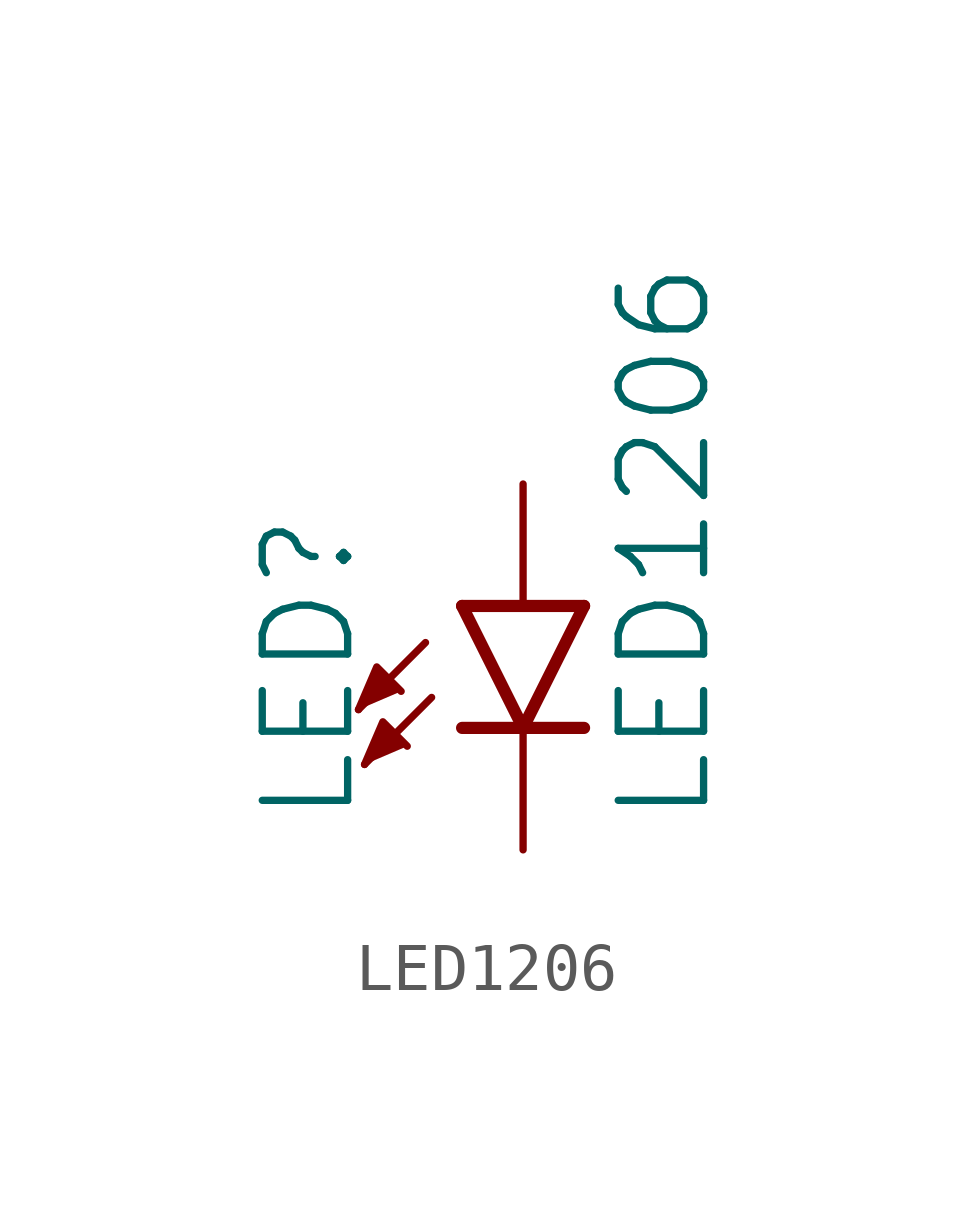
<source format=kicad_sym>
(kicad_symbol_lib
  (version 20211014)
  (generator kicad_symbol_editor)
  (symbol "LED1206"
    (property "Reference" "LED"
      (at -3.429 -4.572 90)
      (effects (font (size 1.778 1.778)) (justify left bottom)))
    (property "Value" "LED1206"
      (at 1.905 -4.572 90)
      (effects (font (size 1.778 1.778)) (justify left top)))
    (property "ki_locked" ""
      (at 0 0 0)
      (effects (font (size 1.27 1.27))))
    (symbol "LED1206_1_0"
      (polyline (pts (xy -2.032 -0.762) (xy -3.429 -2.159)) (stroke (width 0.152) (type default) (color 0 0 0 0)) (fill (type none)))
      (polyline (pts (xy -1.905 -1.905) (xy -3.302 -3.302)) (stroke (width 0.152) (type default) (color 0 0 0 0)) (fill (type none)))
      (polyline (pts (xy 0 -2.54) (xy -1.27 -2.54)) (stroke (width 0.254) (type default) (color 0 0 0 0)) (fill (type none)))
      (polyline (pts (xy 0 -2.54) (xy -1.27 0)) (stroke (width 0.254) (type default) (color 0 0 0 0)) (fill (type none)))
      (polyline (pts (xy 1.27 -2.54) (xy 0 -2.54)) (stroke (width 0.254) (type default) (color 0 0 0 0)) (fill (type none)))
      (polyline (pts (xy 1.27 0) (xy -1.27 0)) (stroke (width 0.254) (type default) (color 0 0 0 0)) (fill (type none)))
      (polyline (pts (xy 1.27 0) (xy 0 -2.54)) (stroke (width 0.254) (type default) (color 0 0 0 0)) (fill (type none)))
      (polyline (pts (xy -3.429 -2.159) (xy -3.048 -1.27) (xy -2.54 -1.778)) (stroke (width 0) (type default) (color 0 0 0 0)) (fill (type outline)))
      (polyline (pts (xy -3.302 -3.302) (xy -2.921 -2.413) (xy -2.413 -2.921)) (stroke (width 0) (type default) (color 0 0 0 0)) (fill (type outline)))
      (pin passive line (at 0 2.54 270) (length 2.54) (name "A" (effects (font (size 0 0)))) (number "A" (effects (font (size 0 0)))))
      (pin passive line (at 0 -5.08 90) (length 2.54) (name "C" (effects (font (size 0 0)))) (number "C" (effects (font (size 0 0))))))))
</source>
